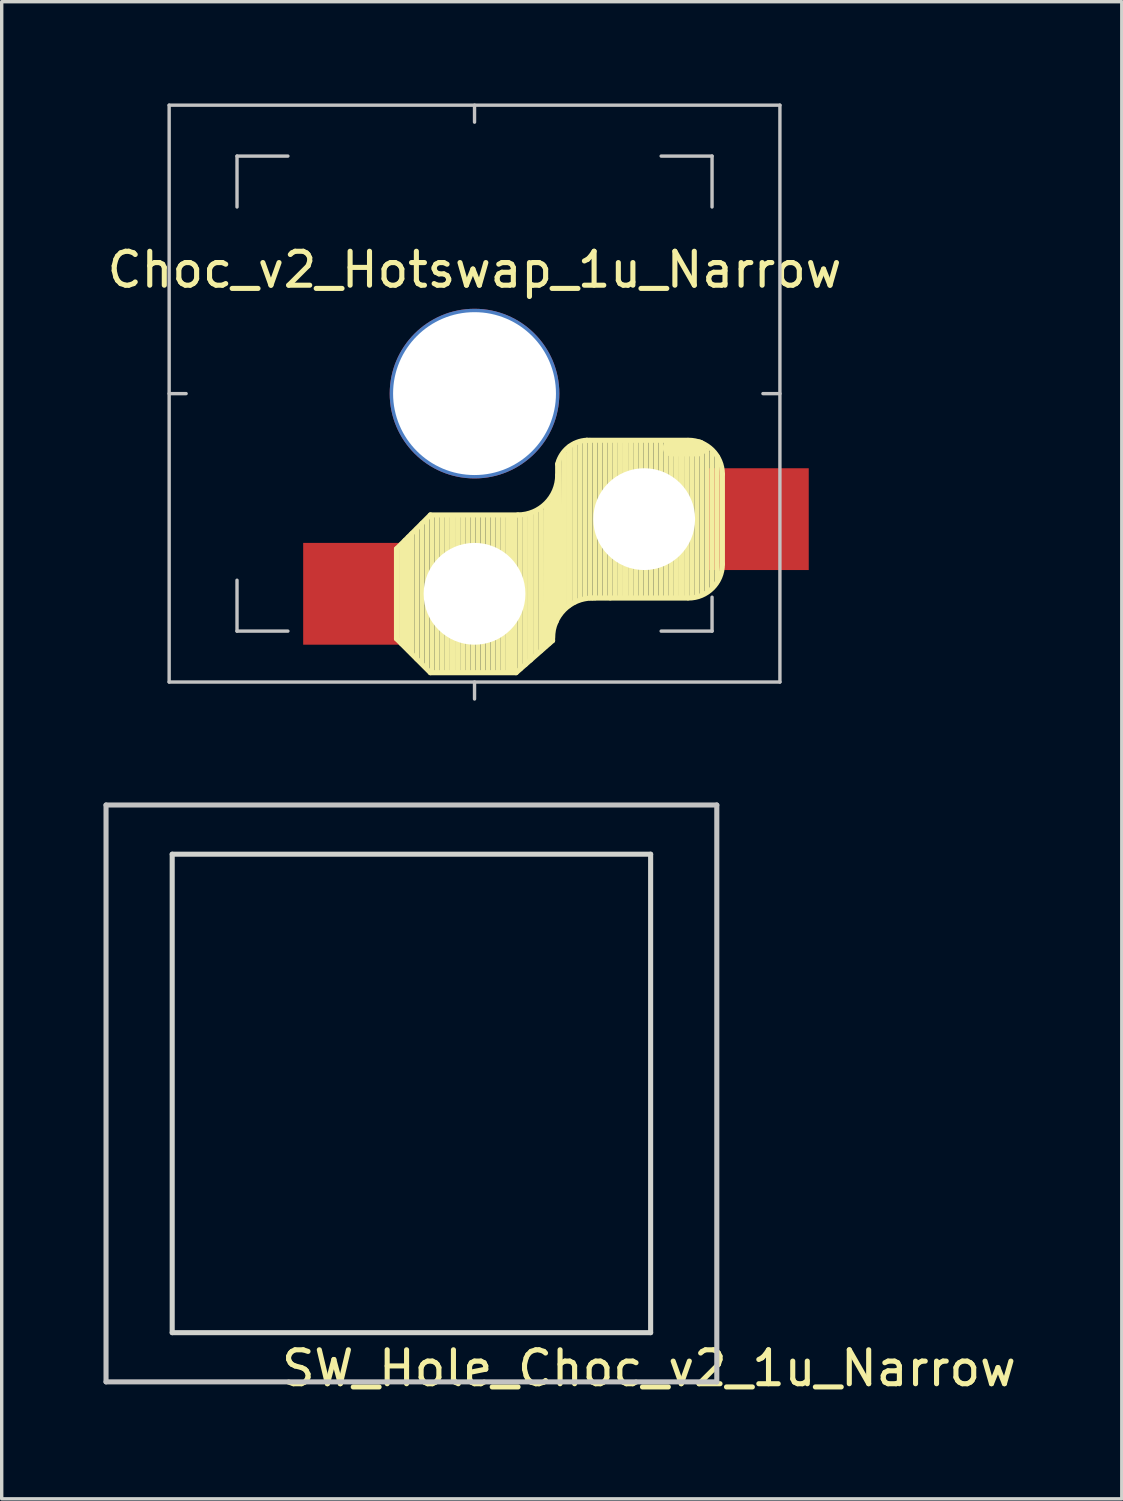
<source format=kicad_pcb>
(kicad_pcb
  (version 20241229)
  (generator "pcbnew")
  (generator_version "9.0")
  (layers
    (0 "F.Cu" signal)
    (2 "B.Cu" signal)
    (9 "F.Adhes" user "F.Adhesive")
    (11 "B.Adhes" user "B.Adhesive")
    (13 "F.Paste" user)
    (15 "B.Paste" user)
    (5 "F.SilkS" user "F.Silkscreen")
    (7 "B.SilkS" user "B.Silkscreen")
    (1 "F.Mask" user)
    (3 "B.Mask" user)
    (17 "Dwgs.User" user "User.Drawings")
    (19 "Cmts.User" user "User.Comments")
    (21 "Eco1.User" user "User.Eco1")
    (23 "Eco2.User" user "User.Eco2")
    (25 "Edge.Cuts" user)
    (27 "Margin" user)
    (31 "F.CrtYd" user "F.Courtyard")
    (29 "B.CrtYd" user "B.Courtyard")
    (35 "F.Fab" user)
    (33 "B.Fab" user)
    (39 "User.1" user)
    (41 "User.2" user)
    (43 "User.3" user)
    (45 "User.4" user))
  (footprint "SW_Hole_Choc_v2_1u_Narrow"
    (layer "F.Cu")
    (at 9.075 29.175)
    (property "Reference" "SW_Hole_Choc_v2_1u_Narrow" (at 7 8.1 0) (layer "F.SilkS") (effects (font (size 1 1) (thickness 0.15))))
    (attr through_hole)
    (fp_line (start -9 -8.5) (end -9 8.5) (stroke (width 0.15) (type solid)) (layer "Dwgs.User"))
    (fp_line (start -9 8.5) (end 9 8.5) (stroke (width 0.15) (type solid)) (layer "Dwgs.User"))
    (fp_line (start 9 -8.5) (end -9 -8.5) (stroke (width 0.15) (type solid)) (layer "Dwgs.User"))
    (fp_line (start 9 8.5) (end 9 -8.5) (stroke (width 0.15) (type solid)) (layer "Dwgs.User"))
    (fp_line (start -7.05 -7.05) (end 7.05 -7.05) (stroke (width 0.15) (type solid)) (layer "Edge.Cuts"))
    (fp_line (start -7.05 7.05) (end -7.05 -7.05) (stroke (width 0.15) (type solid)) (layer "Edge.Cuts"))
    (fp_line (start 7.05 -7.05) (end 7.05 7.05) (stroke (width 0.15) (type solid)) (layer "Edge.Cuts"))
    (fp_line (start 7.05 7.05) (end -7.05 7.05) (stroke (width 0.15) (type solid)) (layer "Edge.Cuts"))
    (zone (net_name "") (layers "F.Cu" "B.Cu") (hatch edge 0.5) (connect_pads) (min_thickness 0.25) (filled_areas_thickness no) (keepout (tracks not_allowed) (vias not_allowed) (pads not_allowed) (copperpour not_allowed) (footprints allowed)) (placement (enabled no)) (fill) (polygon (pts (xy 2.075 22.175) (xy 2.075 36.175) (xy 16.075 36.175) (xy 16.075 22.175)))))
  (footprint "Choc_v2_Hotswap_1u_Narrow"
    (layer "F.Cu")
    (at 10.935 8.55)
    (property "Reference" "Choc_v2_Hotswap_1u_Narrow" (at 0 -3.65 180) (layer "F.SilkS") (effects (font (size 1 1) (thickness 0.15))))
    (attr through_hole)
    (fp_line (start -2.3 7.225) (end -2.3 4.575) (stroke (width 0.15) (type solid)) (layer "F.SilkS"))
    (fp_line (start -2.15 4.44) (end -2.15 7.37) (stroke (width 0.15) (type solid)) (layer "F.SilkS"))
    (fp_line (start -2.05 4.33) (end -2.05 7.45) (stroke (width 0.15) (type solid)) (layer "F.SilkS"))
    (fp_line (start -1.95 4.23) (end -1.95 7.56) (stroke (width 0.15) (type solid)) (layer "F.SilkS"))
    (fp_line (start -1.85 4.13) (end -1.85 7.66) (stroke (width 0.15) (type solid)) (layer "F.SilkS"))
    (fp_line (start -1.7 3.99) (end -1.7 7.82) (stroke (width 0.15) (type solid)) (layer "F.SilkS"))
    (fp_line (start -1.55 3.83) (end -1.55 7.95) (stroke (width 0.15) (type solid)) (layer "F.SilkS"))
    (fp_line (start -1.4 3.7) (end -1.4 8.09) (stroke (width 0.15) (type solid)) (layer "F.SilkS"))
    (fp_line (start -1.3 3.575) (end -2.3 4.575) (stroke (width 0.15) (type solid)) (layer "F.SilkS"))
    (fp_line (start -1.3 8.225) (end -2.3 7.225) (stroke (width 0.15) (type solid)) (layer "F.SilkS"))
    (fp_line (start -1.25 3.6) (end -1.25 8.2) (stroke (width 0.15) (type solid)) (layer "F.SilkS"))
    (fp_line (start -1.1 3.6) (end -1.1 8.2) (stroke (width 0.15) (type solid)) (layer "F.SilkS"))
    (fp_line (start -0.95 3.6) (end -0.95 8.2) (stroke (width 0.15) (type solid)) (layer "F.SilkS"))
    (fp_line (start -0.8 3.6) (end -0.8 8.2) (stroke (width 0.15) (type solid)) (layer "F.SilkS"))
    (fp_line (start -0.65 3.6) (end -0.65 8.2) (stroke (width 0.15) (type solid)) (layer "F.SilkS"))
    (fp_line (start -0.5 3.6) (end -0.5 8.2) (stroke (width 0.15) (type solid)) (layer "F.SilkS"))
    (fp_line (start -0.35 3.6) (end -0.35 8.2) (stroke (width 0.15) (type solid)) (layer "F.SilkS"))
    (fp_line (start -0.2 3.6) (end -0.2 8.2) (stroke (width 0.15) (type solid)) (layer "F.SilkS"))
    (fp_line (start -0.05 3.6) (end -0.05 8.2) (stroke (width 0.15) (type solid)) (layer "F.SilkS"))
    (fp_line (start 0.1 3.6) (end 0.1 8.2) (stroke (width 0.15) (type solid)) (layer "F.SilkS"))
    (fp_line (start 0.25 3.6) (end 0.25 8.2) (stroke (width 0.15) (type solid)) (layer "F.SilkS"))
    (fp_line (start 0.4 3.6) (end 0.4 8.2) (stroke (width 0.15) (type solid)) (layer "F.SilkS"))
    (fp_line (start 0.55 3.6) (end 0.55 8.2) (stroke (width 0.15) (type solid)) (layer "F.SilkS"))
    (fp_line (start 0.7 3.6) (end 0.7 8.2) (stroke (width 0.15) (type solid)) (layer "F.SilkS"))
    (fp_line (start 0.85 3.6) (end 0.85 8.2) (stroke (width 0.15) (type solid)) (layer "F.SilkS"))
    (fp_line (start 1 3.6) (end 1 8.2) (stroke (width 0.15) (type solid)) (layer "F.SilkS"))
    (fp_line (start 1.11 3.6) (end 1.11 8.2) (stroke (width 0.15) (type solid)) (layer "F.SilkS"))
    (fp_line (start 1.2 3.6) (end 1.2 8.2) (stroke (width 0.15) (type solid)) (layer "F.SilkS"))
    (fp_line (start 1.225 8.225) (end -1.3 8.225) (stroke (width 0.15) (type solid)) (layer "F.SilkS"))
    (fp_line (start 1.225 8.225) (end 2.3 7.28) (stroke (width 0.15) (type solid)) (layer "F.SilkS"))
    (fp_line (start 1.275 3.575) (end -1.3 3.575) (stroke (width 0.15) (type solid)) (layer "F.SilkS"))
    (fp_line (start 1.35 3.65) (end 1.35 8.11) (stroke (width 0.15) (type solid)) (layer "F.SilkS"))
    (fp_line (start 1.5 3.6) (end 1.5 7.98) (stroke (width 0.15) (type solid)) (layer "F.SilkS"))
    (fp_line (start 1.65 3.55) (end 1.65 7.85) (stroke (width 0.15) (type solid)) (layer "F.SilkS"))
    (fp_line (start 1.8 3.5) (end 1.8 7.7) (stroke (width 0.15) (type solid)) (layer "F.SilkS"))
    (fp_line (start 1.95 3.4) (end 1.95 7.58) (stroke (width 0.15) (type solid)) (layer "F.SilkS"))
    (fp_line (start 2.1 3.35) (end 2.1 7.35) (stroke (width 0.15) (type solid)) (layer "F.SilkS"))
    (fp_line (start 2.1 3.45) (end 2.09 7.45) (stroke (width 0.15) (type solid)) (layer "F.SilkS"))
    (fp_line (start 2.2 3.25) (end 2.2 7.27) (stroke (width 0.15) (type solid)) (layer "F.SilkS"))
    (fp_line (start 2.2 3.4) (end 2.2 7.36) (stroke (width 0.15) (type solid)) (layer "F.SilkS"))
    (fp_line (start 2.3 3.05) (end 2.3 7.28) (stroke (width 0.15) (type solid)) (layer "F.SilkS"))
    (fp_line (start 2.4 2.9) (end 2.4 6.73) (stroke (width 0.15) (type solid)) (layer "F.SilkS"))
    (fp_line (start 2.45 2.077) (end 2.45 2.4) (stroke (width 0.15) (type default)) (layer "F.SilkS"))
    (fp_line (start 2.5 1.95) (end 2.51 6.5) (stroke (width 0.15) (type solid)) (layer "F.SilkS"))
    (fp_line (start 2.65 1.75) (end 2.65 6.32) (stroke (width 0.15) (type solid)) (layer "F.SilkS"))
    (fp_line (start 2.8 1.56) (end 2.8 6.23) (stroke (width 0.15) (type solid)) (layer "F.SilkS"))
    (fp_line (start 2.95 1.48) (end 2.95 6.14) (stroke (width 0.15) (type solid)) (layer "F.SilkS"))
    (fp_line (start 3.1 1.43) (end 3.1 6.07) (stroke (width 0.15) (type solid)) (layer "F.SilkS"))
    (fp_line (start 3.25 1.4) (end 3.25 6.04) (stroke (width 0.15) (type solid)) (layer "F.SilkS"))
    (fp_line (start 3.4 1.38) (end 3.4 6.02) (stroke (width 0.15) (type solid)) (layer "F.SilkS"))
    (fp_line (start 3.55 1.39) (end 3.55 6.02) (stroke (width 0.15) (type solid)) (layer "F.SilkS"))
    (fp_line (start 3.7 1.45) (end 3.7 6) (stroke (width 0.15) (type solid)) (layer "F.SilkS"))
    (fp_line (start 3.85 1.4) (end 3.85 6.01) (stroke (width 0.15) (type solid)) (layer "F.SilkS"))
    (fp_line (start 4 1.4) (end 4 6.02) (stroke (width 0.15) (type solid)) (layer "F.SilkS"))
    (fp_line (start 4.15 1.45) (end 4.15 6) (stroke (width 0.15) (type solid)) (layer "F.SilkS"))
    (fp_line (start 4.3 1.4) (end 4.3 6) (stroke (width 0.15) (type solid)) (layer "F.SilkS"))
    (fp_line (start 4.45 1.4) (end 4.45 6) (stroke (width 0.15) (type solid)) (layer "F.SilkS"))
    (fp_line (start 4.6 1.4) (end 4.6 6) (stroke (width 0.15) (type solid)) (layer "F.SilkS"))
    (fp_line (start 4.75 1.4) (end 4.75 6) (stroke (width 0.15) (type solid)) (layer "F.SilkS"))
    (fp_line (start 4.9 1.4) (end 4.9 6) (stroke (width 0.15) (type solid)) (layer "F.SilkS"))
    (fp_line (start 5.05 1.4) (end 5.05 6) (stroke (width 0.15) (type solid)) (layer "F.SilkS"))
    (fp_line (start 5.2 1.4) (end 5.2 6) (stroke (width 0.15) (type solid)) (layer "F.SilkS"))
    (fp_line (start 5.35 1.4) (end 5.35 6) (stroke (width 0.15) (type solid)) (layer "F.SilkS"))
    (fp_line (start 5.5 1.4) (end 5.5 6) (stroke (width 0.15) (type solid)) (layer "F.SilkS"))
    (fp_line (start 5.65 1.4) (end 5.65 6) (stroke (width 0.15) (type solid)) (layer "F.SilkS"))
    (fp_line (start 5.8 1.4) (end 5.8 6) (stroke (width 0.15) (type solid)) (layer "F.SilkS"))
    (fp_line (start 5.95 1.4) (end 5.95 6) (stroke (width 0.15) (type solid)) (layer "F.SilkS"))
    (fp_line (start 6.1 1.4) (end 6.1 6) (stroke (width 0.15) (type solid)) (layer "F.SilkS"))
    (fp_line (start 6.25 1.4) (end 6.25 6) (stroke (width 0.15) (type solid)) (layer "F.SilkS"))
    (fp_line (start 6.275 1.375) (end 3.311 1.375) (stroke (width 0.15) (type solid)) (layer "F.SilkS"))
    (fp_line (start 6.275 6.025) (end 3.475 6.025) (stroke (width 0.15) (type solid)) (layer "F.SilkS"))
    (fp_line (start 6.4 1.5) (end 6.4 6.01) (stroke (width 0.15) (type solid)) (layer "F.SilkS"))
    (fp_line (start 6.55 1.65) (end 6.55 5.97) (stroke (width 0.15) (type solid)) (layer "F.SilkS"))
    (fp_line (start 6.6 1.6) (end 5.8 1.6) (stroke (width 0.5) (type default)) (layer "F.SilkS"))
    (fp_line (start 6.7 1.8) (end 6.7 5.92) (stroke (width 0.15) (type solid)) (layer "F.SilkS"))
    (fp_line (start 6.85 1.7) (end 6.85 5.84) (stroke (width 0.15) (type solid)) (layer "F.SilkS"))
    (fp_line (start 7 1.73) (end 7 5.7) (stroke (width 0.15) (type solid)) (layer "F.SilkS"))
    (fp_line (start 7.15 1.85) (end 7.15 5.53) (stroke (width 0.15) (type solid)) (layer "F.SilkS"))
    (fp_line (start 7.305 5.025) (end 7.305 2.375) (stroke (width 0.15) (type solid)) (layer "F.SilkS"))
    (fp_arc (start 2.3 7.2) (mid 2.64415 6.36915) (end 3.475 6.025) (stroke (width 0.15) (type solid)) (layer "F.SilkS"))
    (fp_arc (start 2.45 2.076887) (mid 2.763915 1.58277) (end 3.311204 1.375) (stroke (width 0.15) (type solid)) (layer "F.SilkS"))
    (fp_arc (start 2.45 2.4) (mid 2.10585 3.23085) (end 1.275 3.575) (stroke (width 0.15) (type solid)) (layer "F.SilkS"))
    (fp_arc (start 6.305 1.375) (mid 7.012107 1.667893) (end 7.305 2.375) (stroke (width 0.15) (type solid)) (layer "F.SilkS"))
    (fp_arc (start 7.305 5.025) (mid 7.012107 5.732107) (end 6.305 6.025) (stroke (width 0.15) (type solid)) (layer "F.SilkS"))
    (fp_line (start -9 -8.5) (end 9 -8.5) (stroke (width 0.1) (type default)) (layer "Dwgs.User"))
    (fp_line (start -9 0) (end -8.5 0) (stroke (width 0.1) (type default)) (layer "Dwgs.User"))
    (fp_line (start -9 8.5) (end -9 -8.5) (stroke (width 0.1) (type default)) (layer "Dwgs.User"))
    (fp_line (start -7 -7) (end -7 -5.5) (stroke (width 0.1) (type default)) (layer "Dwgs.User"))
    (fp_line (start -7 -7) (end -5.5 -7) (stroke (width 0.1) (type default)) (layer "Dwgs.User"))
    (fp_line (start -7 7) (end -7 5.5) (stroke (width 0.1) (type default)) (layer "Dwgs.User"))
    (fp_line (start -5.5 7) (end -7 7) (stroke (width 0.1) (type default)) (layer "Dwgs.User"))
    (fp_line (start 0 -8.5) (end 0 -8) (stroke (width 0.1) (type default)) (layer "Dwgs.User"))
    (fp_line (start 0 8.5) (end 0 9) (stroke (width 0.1) (type default)) (layer "Dwgs.User"))
    (fp_line (start 7 -7) (end 5.5 -7) (stroke (width 0.1) (type default)) (layer "Dwgs.User"))
    (fp_line (start 7 -7) (end 7 -5.5) (stroke (width 0.1) (type default)) (layer "Dwgs.User"))
    (fp_line (start 7 7) (end 5.5 7) (stroke (width 0.1) (type default)) (layer "Dwgs.User"))
    (fp_line (start 7 7) (end 7 6) (stroke (width 0.1) (type default)) (layer "Dwgs.User"))
    (fp_line (start 9 -8.5) (end 9 8.5) (stroke (width 0.1) (type default)) (layer "Dwgs.User"))
    (fp_line (start 9 0) (end 8.5 0) (stroke (width 0.1) (type default)) (layer "Dwgs.User"))
    (fp_line (start 9 8.5) (end -9 8.5) (stroke (width 0.1) (type default)) (layer "Dwgs.User"))
    (pad "" np_thru_hole circle (at 0 0 270) (size 5 5) (drill 4.8) (layers "*.Cu" "*.Mask"))
    (pad "" np_thru_hole circle (at 0 5.9 270) (size 3 3) (drill 3) (layers "*.Cu" "*.Mask"))
    (pad "" np_thru_hole circle (at 5 3.7 270) (size 3 3) (drill 3) (layers "*.Cu" "*.Mask"))
    (pad "1" smd rect (at 8.35 3.7 180) (size 3 3) (layers "F.Cu" "F.Mask" "F.Paste"))
    (pad "2" smd rect (at -3.55 5.9 180) (size 3 3) (layers "F.Cu" "F.Mask" "F.Paste")))
  (gr_rect
    (start -3 -3)
    (end 30.01 41.123)
    (stroke (width 0.1) (type default))
    (fill no)
    (layer "Edge.Cuts")))
</source>
